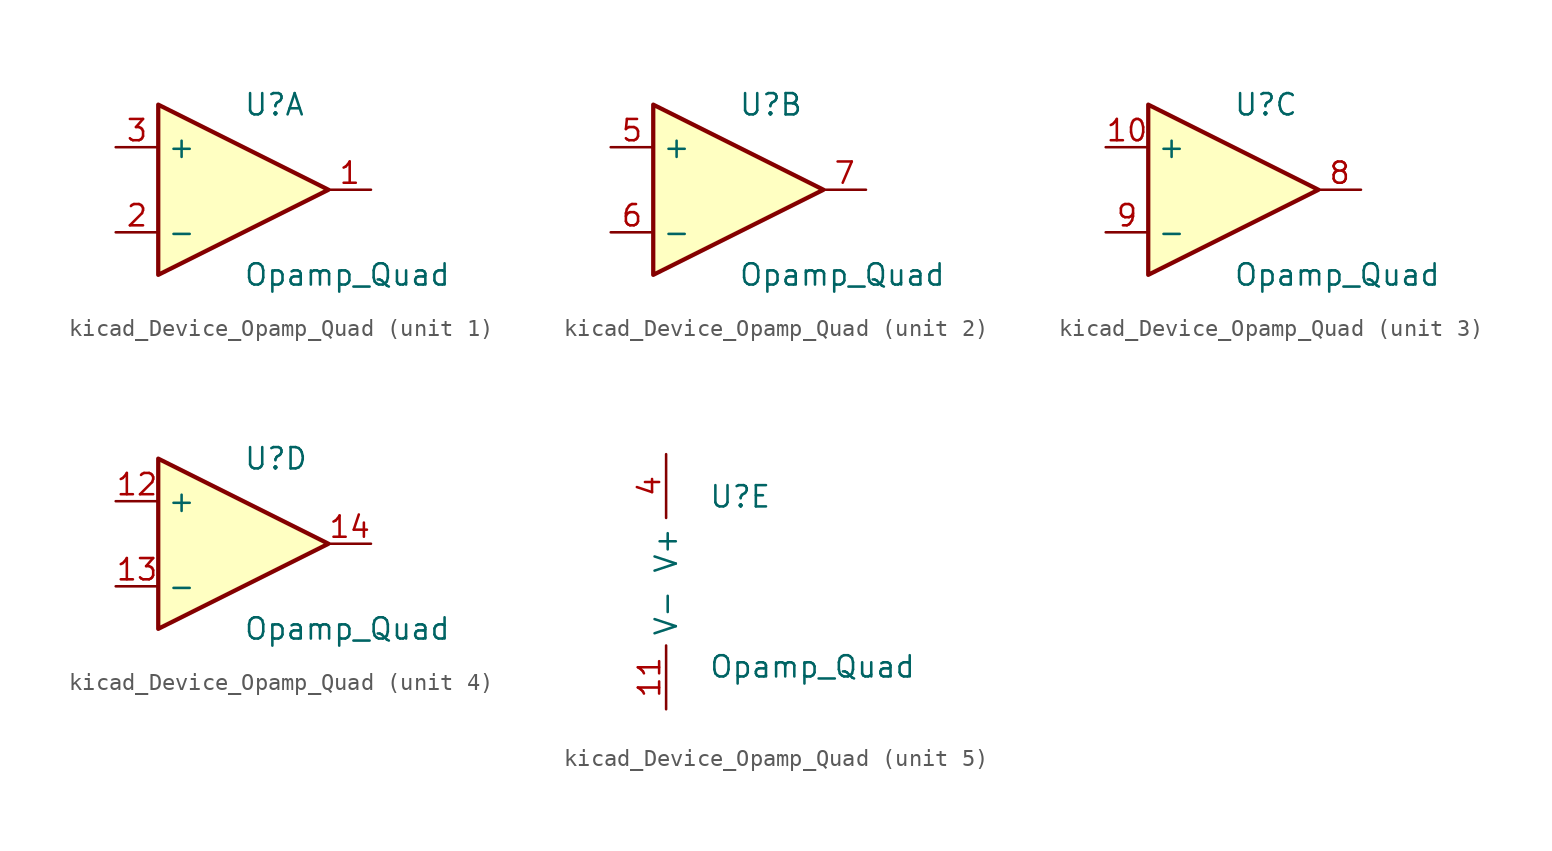
<source format=kicad_sym>
(kicad_symbol_lib
  (version 20220914)
  (generator kicad_symbol_editor)
  (symbol "kicad_Device_Opamp_Quad"
    (property "Reference" "U"
      (at 0 5.08 0)
      (effects (font (size 1.27 1.27)) (justify left)))
    (property "Value" "Opamp_Quad"
      (at 0 -5.08 0)
      (effects (font (size 1.27 1.27)) (justify left)))
    (property "ki_locked" ""
      (at 0 0 0)
      (effects (font (size 1.27 1.27))))
    (symbol "kicad_Device_Opamp_Quad_1_1"
      (polyline (pts (xy -5.08 5.08) (xy 5.08 0) (xy -5.08 -5.08) (xy -5.08 5.08)) (stroke (width 0.254) (type default)) (fill (type background)))
      (pin output line (at 7.62 0 180) (length 2.54) (name "~" (effects (font (size 1.27 1.27)))) (number "1" (effects (font (size 1.27 1.27)))))
      (pin input line (at -7.62 -2.54 0) (length 2.54) (name "-" (effects (font (size 1.27 1.27)))) (number "2" (effects (font (size 1.27 1.27)))))
      (pin input line (at -7.62 2.54 0) (length 2.54) (name "+" (effects (font (size 1.27 1.27)))) (number "3" (effects (font (size 1.27 1.27))))))
    (symbol "kicad_Device_Opamp_Quad_2_1"
      (polyline (pts (xy -5.08 5.08) (xy 5.08 0) (xy -5.08 -5.08) (xy -5.08 5.08)) (stroke (width 0.254) (type default)) (fill (type background)))
      (pin input line (at -7.62 2.54 0) (length 2.54) (name "+" (effects (font (size 1.27 1.27)))) (number "5" (effects (font (size 1.27 1.27)))))
      (pin input line (at -7.62 -2.54 0) (length 2.54) (name "-" (effects (font (size 1.27 1.27)))) (number "6" (effects (font (size 1.27 1.27)))))
      (pin output line (at 7.62 0 180) (length 2.54) (name "~" (effects (font (size 1.27 1.27)))) (number "7" (effects (font (size 1.27 1.27))))))
    (symbol "kicad_Device_Opamp_Quad_3_1"
      (polyline (pts (xy -5.08 5.08) (xy 5.08 0) (xy -5.08 -5.08) (xy -5.08 5.08)) (stroke (width 0.254) (type default)) (fill (type background)))
      (pin input line (at -7.62 2.54 0) (length 2.54) (name "+" (effects (font (size 1.27 1.27)))) (number "10" (effects (font (size 1.27 1.27)))))
      (pin output line (at 7.62 0 180) (length 2.54) (name "~" (effects (font (size 1.27 1.27)))) (number "8" (effects (font (size 1.27 1.27)))))
      (pin input line (at -7.62 -2.54 0) (length 2.54) (name "-" (effects (font (size 1.27 1.27)))) (number "9" (effects (font (size 1.27 1.27))))))
    (symbol "kicad_Device_Opamp_Quad_4_1"
      (polyline (pts (xy -5.08 5.08) (xy 5.08 0) (xy -5.08 -5.08) (xy -5.08 5.08)) (stroke (width 0.254) (type default)) (fill (type background)))
      (pin input line (at -7.62 2.54 0) (length 2.54) (name "+" (effects (font (size 1.27 1.27)))) (number "12" (effects (font (size 1.27 1.27)))))
      (pin input line (at -7.62 -2.54 0) (length 2.54) (name "-" (effects (font (size 1.27 1.27)))) (number "13" (effects (font (size 1.27 1.27)))))
      (pin output line (at 7.62 0 180) (length 2.54) (name "~" (effects (font (size 1.27 1.27)))) (number "14" (effects (font (size 1.27 1.27))))))
    (symbol "kicad_Device_Opamp_Quad_5_1"
      (pin power_in line (at -2.54 -7.62 90) (length 3.81) (name "V-" (effects (font (size 1.27 1.27)))) (number "11" (effects (font (size 1.27 1.27)))))
      (pin power_in line (at -2.54 7.62 270) (length 3.81) (name "V+" (effects (font (size 1.27 1.27)))) (number "4" (effects (font (size 1.27 1.27))))))))
</source>
